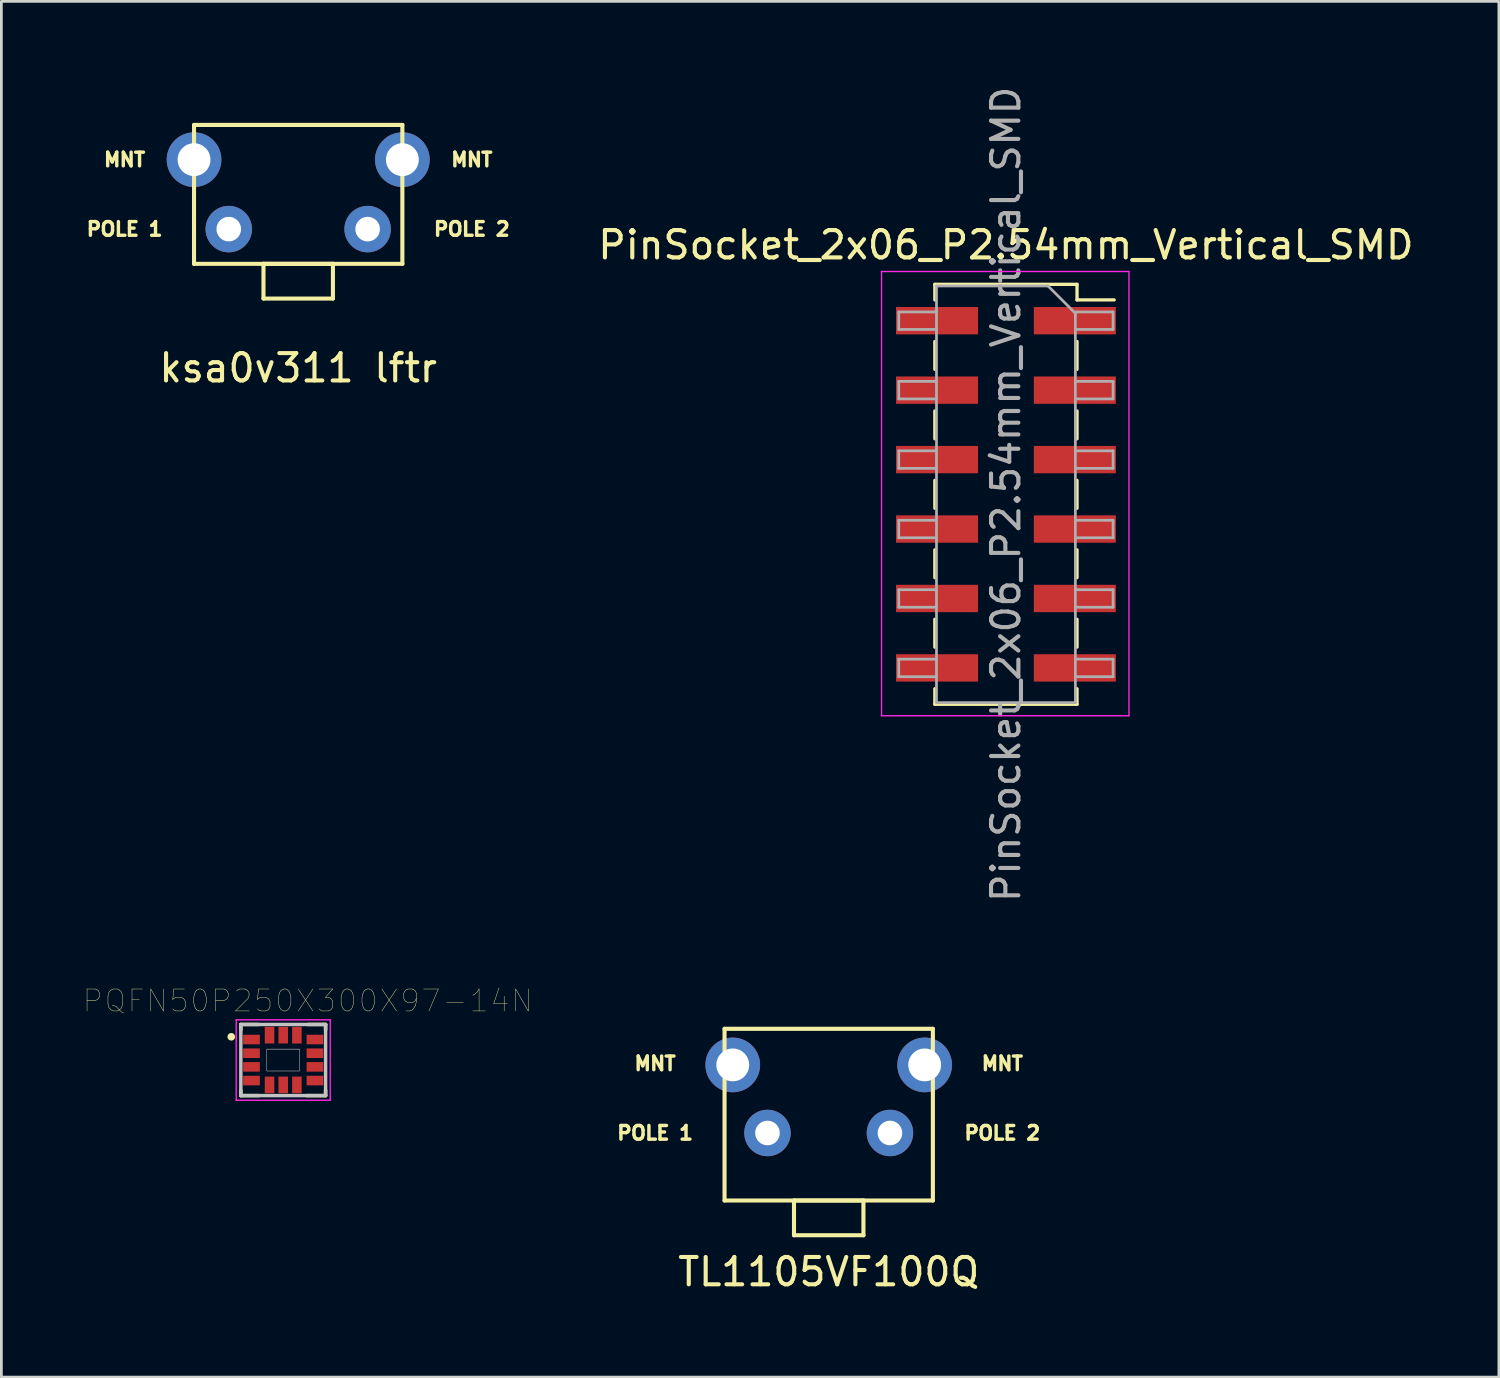
<source format=kicad_pcb>
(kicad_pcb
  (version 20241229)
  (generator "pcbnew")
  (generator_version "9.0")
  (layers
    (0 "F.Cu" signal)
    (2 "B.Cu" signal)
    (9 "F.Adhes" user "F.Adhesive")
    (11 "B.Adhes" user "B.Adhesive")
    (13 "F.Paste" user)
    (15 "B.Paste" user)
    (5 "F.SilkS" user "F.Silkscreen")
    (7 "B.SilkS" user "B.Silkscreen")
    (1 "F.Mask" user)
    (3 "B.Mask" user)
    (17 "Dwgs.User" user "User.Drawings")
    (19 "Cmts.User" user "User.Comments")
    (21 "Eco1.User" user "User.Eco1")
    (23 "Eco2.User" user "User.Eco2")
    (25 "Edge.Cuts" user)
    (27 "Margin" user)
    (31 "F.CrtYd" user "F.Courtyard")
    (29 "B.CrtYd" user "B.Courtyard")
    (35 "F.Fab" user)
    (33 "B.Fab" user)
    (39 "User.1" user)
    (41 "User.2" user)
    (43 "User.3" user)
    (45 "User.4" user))
  (footprint "TL1105VF100Q"
    (layer "F.Cu")
    (at 27.261 33.31)
    (property "Reference" "TL1105VF100Q" (at 0 10.16 180) (layer "F.SilkS") (effects (font (size 1 1) (thickness 0.15))))
    (attr through_hole)
    (fp_line (start -3.81 1.27) (end 3.81 1.27) (stroke (width 0.15) (type solid)) (layer "F.SilkS"))
    (fp_line (start -3.81 7.55) (end -3.81 1.27) (stroke (width 0.15) (type solid)) (layer "F.SilkS"))
    (fp_line (start -1.27 7.55) (end -1.27 8.82) (stroke (width 0.15) (type solid)) (layer "F.SilkS"))
    (fp_line (start -1.27 8.82) (end 1.27 8.82) (stroke (width 0.15) (type solid)) (layer "F.SilkS"))
    (fp_line (start 1.27 7.55) (end -1.27 7.55) (stroke (width 0.15) (type solid)) (layer "F.SilkS"))
    (fp_line (start 1.27 8.82) (end 1.27 7.55) (stroke (width 0.15) (type solid)) (layer "F.SilkS"))
    (fp_line (start 3.81 1.27) (end 3.81 7.55) (stroke (width 0.15) (type solid)) (layer "F.SilkS"))
    (fp_line (start 3.81 7.55) (end -3.81 7.55) (stroke (width 0.15) (type solid)) (layer "F.SilkS"))
    (fp_text user "MNT" (at 6.35 2.54 180) (layer "F.SilkS") (effects (font (size 0.5 0.5) (thickness 0.125))))
    (fp_text user "POLE 2" (at 6.35 5.08 180) (layer "F.SilkS") (effects (font (size 0.5 0.5) (thickness 0.125))))
    (fp_text user "MNT" (at -6.35 2.54 180) (layer "F.SilkS") (effects (font (size 0.5 0.5) (thickness 0.125))))
    (fp_text user "POLE 1" (at -6.35 5.08 180) (layer "F.SilkS") (effects (font (size 0.5 0.5) (thickness 0.125))))
    (pad "1" thru_hole circle (at -2.24 5.08) (size 1.7 1.7) (drill 0.9) (layers "*.Cu" "*.Mask"))
    (pad "2" thru_hole circle (at 2.24 5.08) (size 1.7 1.7) (drill 0.9) (layers "*.Cu" "*.Mask"))
    (pad "3" thru_hole circle (at -3.51 2.59) (size 2 2) (drill 1.2) (layers "*.Cu" "*.Mask"))
    (pad "4" thru_hole circle (at 3.51 2.59) (size 2 2) (drill 1.2) (layers "*.Cu" "*.Mask")))
  (footprint "PQFN50P250X300X97-14N"
    (layer "F.Cu")
    (at 7.309 35.722)
    (property "Reference" "PQFN50P250X300X97-14N" (at 0.893 -2.166 0) (layer "F.SilkS") (effects (font (size 0.803 0.803) (thickness 0.015))))
    (attr through_hole)
    (fp_line (start -1.55 -1.3) (end -0.9 -1.3) (stroke (width 0.127) (type solid)) (layer "F.SilkS"))
    (fp_line (start -1.55 -1.1) (end -1.55 -1.3) (stroke (width 0.127) (type solid)) (layer "F.SilkS"))
    (fp_line (start -1.55 1.1) (end -1.55 1.3) (stroke (width 0.127) (type solid)) (layer "F.SilkS"))
    (fp_line (start -1.55 1.3) (end -0.9 1.3) (stroke (width 0.127) (type solid)) (layer "F.SilkS"))
    (fp_line (start 0.85 1.3) (end 1.55 1.3) (stroke (width 0.127) (type solid)) (layer "F.SilkS"))
    (fp_line (start 0.9 -1.3) (end 1.55 -1.3) (stroke (width 0.127) (type solid)) (layer "F.SilkS"))
    (fp_line (start 1.55 -1.3) (end 1.55 -1.1) (stroke (width 0.127) (type solid)) (layer "F.SilkS"))
    (fp_line (start 1.55 1.3) (end 1.55 1.1) (stroke (width 0.127) (type solid)) (layer "F.SilkS"))
    (fp_circle (center -1.9 -0.85) (end -1.83 -0.85) (stroke (width 0.14) (type solid)) (fill no) (layer "F.SilkS"))
    (fp_line (start -1.55 -1.3) (end 1.55 -1.3) (stroke (width 0.127) (type solid)) (layer "Dwgs.User"))
    (fp_line (start -1.55 1.3) (end -1.55 -1.3) (stroke (width 0.127) (type solid)) (layer "Dwgs.User"))
    (fp_line (start 1.55 -1.3) (end 1.55 1.3) (stroke (width 0.127) (type solid)) (layer "Dwgs.User"))
    (fp_line (start 1.55 1.3) (end -1.55 1.3) (stroke (width 0.127) (type solid)) (layer "Dwgs.User"))
    (fp_poly (pts (xy -0.6 -0.4) (xy 0.6 -0.4) (xy 0.6 0.4) (xy -0.6 0.4)) (stroke (width 0.01) (type solid)) (fill no) (layer "Dwgs.User"))
    (fp_poly (pts (xy -0.6 -0.4) (xy 0.6 -0.4) (xy 0.6 0.4) (xy -0.6 0.4)) (stroke (width 0.01) (type solid)) (fill no) (layer "Dwgs.User"))
    (fp_line (start -1.72 -1.47) (end -1.72 1.47) (stroke (width 0.05) (type solid)) (layer "F.CrtYd"))
    (fp_line (start -1.72 1.47) (end 1.72 1.47) (stroke (width 0.05) (type solid)) (layer "F.CrtYd"))
    (fp_line (start 1.72 -1.47) (end -1.72 -1.47) (stroke (width 0.05) (type solid)) (layer "F.CrtYd"))
    (fp_line (start 1.72 1.47) (end 1.72 -1.47) (stroke (width 0.05) (type solid)) (layer "F.CrtYd"))
    (pad "1" smd rect (at -1.16 -0.75) (size 0.61 0.35) (layers "F.Cu" "F.Mask" "F.Paste"))
    (pad "2" smd rect (at -1.16 -0.25) (size 0.61 0.35) (layers "F.Cu" "F.Mask" "F.Paste"))
    (pad "3" smd rect (at -1.16 0.25) (size 0.61 0.35) (layers "F.Cu" "F.Mask" "F.Paste"))
    (pad "4" smd rect (at -1.16 0.75) (size 0.61 0.35) (layers "F.Cu" "F.Mask" "F.Paste"))
    (pad "5" smd rect (at -0.5 0.91) (size 0.35 0.61) (layers "F.Cu" "F.Mask" "F.Paste"))
    (pad "6" smd rect (at 0 0.91) (size 0.35 0.61) (layers "F.Cu" "F.Mask" "F.Paste"))
    (pad "7" smd rect (at 0.5 0.91) (size 0.35 0.61) (layers "F.Cu" "F.Mask" "F.Paste"))
    (pad "8" smd rect (at 1.16 0.75) (size 0.61 0.35) (layers "F.Cu" "F.Mask" "F.Paste"))
    (pad "9" smd rect (at 1.16 0.25) (size 0.61 0.35) (layers "F.Cu" "F.Mask" "F.Paste"))
    (pad "10" smd rect (at 1.16 -0.25) (size 0.61 0.35) (layers "F.Cu" "F.Mask" "F.Paste"))
    (pad "11" smd rect (at 1.16 -0.75) (size 0.61 0.35) (layers "F.Cu" "F.Mask" "F.Paste"))
    (pad "12" smd rect (at 0.5 -0.91) (size 0.35 0.61) (layers "F.Cu" "F.Mask" "F.Paste"))
    (pad "13" smd rect (at 0 -0.91) (size 0.35 0.61) (layers "F.Cu" "F.Mask" "F.Paste"))
    (pad "14" smd rect (at -0.5 -0.91) (size 0.35 0.61) (layers "F.Cu" "F.Mask" "F.Paste")))
  (footprint "PinSocket_2x06_P2.54mm_Vertical_SMD"
    (layer "F.Cu")
    (at 33.743 15.03)
    (property "Reference" "PinSocket_2x06_P2.54mm_Vertical_SMD" (at 0 -9.12 180) (layer "F.SilkS") (effects (font (size 1 1) (thickness 0.15))))
    (attr smd)
    (fp_line (start -2.6 -7.68) (end -2.6 -7.11) (stroke (width 0.12) (type solid)) (layer "F.SilkS"))
    (fp_line (start -2.6 -7.68) (end 2.6 -7.68) (stroke (width 0.12) (type solid)) (layer "F.SilkS"))
    (fp_line (start -2.6 -5.59) (end -2.6 -4.57) (stroke (width 0.12) (type solid)) (layer "F.SilkS"))
    (fp_line (start -2.6 -3.05) (end -2.6 -2.03) (stroke (width 0.12) (type solid)) (layer "F.SilkS"))
    (fp_line (start -2.6 -0.51) (end -2.6 0.51) (stroke (width 0.12) (type solid)) (layer "F.SilkS"))
    (fp_line (start -2.6 2.03) (end -2.6 3.05) (stroke (width 0.12) (type solid)) (layer "F.SilkS"))
    (fp_line (start -2.6 4.57) (end -2.6 5.59) (stroke (width 0.12) (type solid)) (layer "F.SilkS"))
    (fp_line (start -2.6 7.11) (end -2.6 7.68) (stroke (width 0.12) (type solid)) (layer "F.SilkS"))
    (fp_line (start -2.6 7.68) (end 2.6 7.68) (stroke (width 0.12) (type solid)) (layer "F.SilkS"))
    (fp_line (start 2.6 -7.68) (end 2.6 -7.11) (stroke (width 0.12) (type solid)) (layer "F.SilkS"))
    (fp_line (start 2.6 -7.11) (end 3.96 -7.11) (stroke (width 0.12) (type solid)) (layer "F.SilkS"))
    (fp_line (start 2.6 -5.59) (end 2.6 -4.57) (stroke (width 0.12) (type solid)) (layer "F.SilkS"))
    (fp_line (start 2.6 -3.05) (end 2.6 -2.03) (stroke (width 0.12) (type solid)) (layer "F.SilkS"))
    (fp_line (start 2.6 -0.51) (end 2.6 0.51) (stroke (width 0.12) (type solid)) (layer "F.SilkS"))
    (fp_line (start 2.6 2.03) (end 2.6 3.05) (stroke (width 0.12) (type solid)) (layer "F.SilkS"))
    (fp_line (start 2.6 4.57) (end 2.6 5.59) (stroke (width 0.12) (type solid)) (layer "F.SilkS"))
    (fp_line (start 2.6 7.11) (end 2.6 7.68) (stroke (width 0.12) (type solid)) (layer "F.SilkS"))
    (fp_line (start -4.55 -8.15) (end 4.5 -8.15) (stroke (width 0.05) (type solid)) (layer "F.CrtYd"))
    (fp_line (start -4.55 8.1) (end -4.55 -8.15) (stroke (width 0.05) (type solid)) (layer "F.CrtYd"))
    (fp_line (start 4.5 -8.15) (end 4.5 8.1) (stroke (width 0.05) (type solid)) (layer "F.CrtYd"))
    (fp_line (start 4.5 8.1) (end -4.55 8.1) (stroke (width 0.05) (type solid)) (layer "F.CrtYd"))
    (fp_line (start -3.92 -6.67) (end -2.54 -6.67) (stroke (width 0.1) (type solid)) (layer "F.Fab"))
    (fp_line (start -3.92 -6.03) (end -3.92 -6.67) (stroke (width 0.1) (type solid)) (layer "F.Fab"))
    (fp_line (start -3.92 -4.13) (end -2.54 -4.13) (stroke (width 0.1) (type solid)) (layer "F.Fab"))
    (fp_line (start -3.92 -3.49) (end -3.92 -4.13) (stroke (width 0.1) (type solid)) (layer "F.Fab"))
    (fp_line (start -3.92 -1.59) (end -2.54 -1.59) (stroke (width 0.1) (type solid)) (layer "F.Fab"))
    (fp_line (start -3.92 -0.95) (end -3.92 -1.59) (stroke (width 0.1) (type solid)) (layer "F.Fab"))
    (fp_line (start -3.92 0.95) (end -2.54 0.95) (stroke (width 0.1) (type solid)) (layer "F.Fab"))
    (fp_line (start -3.92 1.59) (end -3.92 0.95) (stroke (width 0.1) (type solid)) (layer "F.Fab"))
    (fp_line (start -3.92 3.49) (end -2.54 3.49) (stroke (width 0.1) (type solid)) (layer "F.Fab"))
    (fp_line (start -3.92 4.13) (end -3.92 3.49) (stroke (width 0.1) (type solid)) (layer "F.Fab"))
    (fp_line (start -3.92 6.03) (end -2.54 6.03) (stroke (width 0.1) (type solid)) (layer "F.Fab"))
    (fp_line (start -3.92 6.67) (end -3.92 6.03) (stroke (width 0.1) (type solid)) (layer "F.Fab"))
    (fp_line (start -2.54 -7.62) (end 1.54 -7.62) (stroke (width 0.1) (type solid)) (layer "F.Fab"))
    (fp_line (start -2.54 -6.03) (end -3.92 -6.03) (stroke (width 0.1) (type solid)) (layer "F.Fab"))
    (fp_line (start -2.54 -3.49) (end -3.92 -3.49) (stroke (width 0.1) (type solid)) (layer "F.Fab"))
    (fp_line (start -2.54 -0.95) (end -3.92 -0.95) (stroke (width 0.1) (type solid)) (layer "F.Fab"))
    (fp_line (start -2.54 1.59) (end -3.92 1.59) (stroke (width 0.1) (type solid)) (layer "F.Fab"))
    (fp_line (start -2.54 4.13) (end -3.92 4.13) (stroke (width 0.1) (type solid)) (layer "F.Fab"))
    (fp_line (start -2.54 6.67) (end -3.92 6.67) (stroke (width 0.1) (type solid)) (layer "F.Fab"))
    (fp_line (start -2.54 7.62) (end -2.54 -7.62) (stroke (width 0.1) (type solid)) (layer "F.Fab"))
    (fp_line (start 1.54 -7.62) (end 2.54 -6.62) (stroke (width 0.1) (type solid)) (layer "F.Fab"))
    (fp_line (start 2.54 -6.67) (end 3.92 -6.67) (stroke (width 0.1) (type solid)) (layer "F.Fab"))
    (fp_line (start 2.54 -6.62) (end 2.54 7.62) (stroke (width 0.1) (type solid)) (layer "F.Fab"))
    (fp_line (start 2.54 -4.13) (end 3.92 -4.13) (stroke (width 0.1) (type solid)) (layer "F.Fab"))
    (fp_line (start 2.54 -1.59) (end 3.92 -1.59) (stroke (width 0.1) (type solid)) (layer "F.Fab"))
    (fp_line (start 2.54 0.95) (end 3.92 0.95) (stroke (width 0.1) (type solid)) (layer "F.Fab"))
    (fp_line (start 2.54 3.49) (end 3.92 3.49) (stroke (width 0.1) (type solid)) (layer "F.Fab"))
    (fp_line (start 2.54 6.03) (end 3.92 6.03) (stroke (width 0.1) (type solid)) (layer "F.Fab"))
    (fp_line (start 2.54 7.62) (end -2.54 7.62) (stroke (width 0.1) (type solid)) (layer "F.Fab"))
    (fp_line (start 3.92 -6.67) (end 3.92 -6.03) (stroke (width 0.1) (type solid)) (layer "F.Fab"))
    (fp_line (start 3.92 -6.03) (end 2.54 -6.03) (stroke (width 0.1) (type solid)) (layer "F.Fab"))
    (fp_line (start 3.92 -4.13) (end 3.92 -3.49) (stroke (width 0.1) (type solid)) (layer "F.Fab"))
    (fp_line (start 3.92 -3.49) (end 2.54 -3.49) (stroke (width 0.1) (type solid)) (layer "F.Fab"))
    (fp_line (start 3.92 -1.59) (end 3.92 -0.95) (stroke (width 0.1) (type solid)) (layer "F.Fab"))
    (fp_line (start 3.92 -0.95) (end 2.54 -0.95) (stroke (width 0.1) (type solid)) (layer "F.Fab"))
    (fp_line (start 3.92 0.95) (end 3.92 1.59) (stroke (width 0.1) (type solid)) (layer "F.Fab"))
    (fp_line (start 3.92 1.59) (end 2.54 1.59) (stroke (width 0.1) (type solid)) (layer "F.Fab"))
    (fp_line (start 3.92 3.49) (end 3.92 4.13) (stroke (width 0.1) (type solid)) (layer "F.Fab"))
    (fp_line (start 3.92 4.13) (end 2.54 4.13) (stroke (width 0.1) (type solid)) (layer "F.Fab"))
    (fp_line (start 3.92 6.03) (end 3.92 6.67) (stroke (width 0.1) (type solid)) (layer "F.Fab"))
    (fp_line (start 3.92 6.67) (end 2.54 6.67) (stroke (width 0.1) (type solid)) (layer "F.Fab"))
    (fp_text user "${REFERENCE}" (at 0 0 90) (layer "F.Fab") (effects (font (size 1 1) (thickness 0.15))))
    (pad "1" smd rect (at 2.52 -6.35) (size 3 1) (layers "F.Cu" "F.Mask" "F.Paste"))
    (pad "2" smd rect (at -2.52 -6.35) (size 3 1) (layers "F.Cu" "F.Mask" "F.Paste"))
    (pad "3" smd rect (at 2.52 -3.81) (size 3 1) (layers "F.Cu" "F.Mask" "F.Paste"))
    (pad "4" smd rect (at -2.52 -3.81) (size 3 1) (layers "F.Cu" "F.Mask" "F.Paste"))
    (pad "5" smd rect (at 2.52 -1.27) (size 3 1) (layers "F.Cu" "F.Mask" "F.Paste"))
    (pad "6" smd rect (at -2.52 -1.27) (size 3 1) (layers "F.Cu" "F.Mask" "F.Paste"))
    (pad "7" smd rect (at 2.52 1.27) (size 3 1) (layers "F.Cu" "F.Mask" "F.Paste"))
    (pad "8" smd rect (at -2.52 1.27) (size 3 1) (layers "F.Cu" "F.Mask" "F.Paste"))
    (pad "9" smd rect (at 2.52 3.81) (size 3 1) (layers "F.Cu" "F.Mask" "F.Paste"))
    (pad "10" smd rect (at -2.52 3.81) (size 3 1) (layers "F.Cu" "F.Mask" "F.Paste"))
    (pad "11" smd rect (at 2.52 6.35) (size 3 1) (layers "F.Cu" "F.Mask" "F.Paste"))
    (pad "12" smd rect (at -2.52 6.35) (size 3 1) (layers "F.Cu" "F.Mask" "F.Paste")))
  (footprint "ksa0v311 lftr"
    (layer "F.Cu")
    (at 7.857 0.25)
    (property "Reference" "ksa0v311 lftr" (at 0 10.16 180) (layer "F.SilkS") (effects (font (size 1 1) (thickness 0.15))))
    (attr through_hole)
    (fp_line (start -3.81 1.27) (end 3.81 1.27) (stroke (width 0.15) (type solid)) (layer "F.SilkS"))
    (fp_line (start -3.81 6.35) (end -3.81 1.27) (stroke (width 0.15) (type solid)) (layer "F.SilkS"))
    (fp_line (start -1.27 6.35) (end -1.27 7.62) (stroke (width 0.15) (type solid)) (layer "F.SilkS"))
    (fp_line (start -1.27 7.62) (end 1.27 7.62) (stroke (width 0.15) (type solid)) (layer "F.SilkS"))
    (fp_line (start 1.27 6.35) (end -1.27 6.35) (stroke (width 0.15) (type solid)) (layer "F.SilkS"))
    (fp_line (start 1.27 7.62) (end 1.27 6.35) (stroke (width 0.15) (type solid)) (layer "F.SilkS"))
    (fp_line (start 3.81 1.27) (end 3.81 6.35) (stroke (width 0.15) (type solid)) (layer "F.SilkS"))
    (fp_line (start 3.81 6.35) (end -3.81 6.35) (stroke (width 0.15) (type solid)) (layer "F.SilkS"))
    (fp_text user "POLE 1" (at -6.35 5.08 180) (layer "F.SilkS") (effects (font (size 0.5 0.5) (thickness 0.125))))
    (fp_text user "MNT" (at 6.35 2.54 180) (layer "F.SilkS") (effects (font (size 0.5 0.5) (thickness 0.125))))
    (fp_text user "MNT" (at -6.35 2.54 180) (layer "F.SilkS") (effects (font (size 0.5 0.5) (thickness 0.125))))
    (fp_text user "POLE 2" (at 6.35 5.08 180) (layer "F.SilkS") (effects (font (size 0.5 0.5) (thickness 0.125))))
    (pad "1" thru_hole circle (at -2.54 5.08) (size 1.7 1.7) (drill 0.9) (layers "*.Cu" "*.Mask"))
    (pad "2" thru_hole circle (at 2.54 5.08) (size 1.7 1.7) (drill 0.9) (layers "*.Cu" "*.Mask"))
    (pad "3" thru_hole circle (at -3.81 2.54) (size 2 2) (drill 1.2) (layers "*.Cu" "*.Mask"))
    (pad "4" thru_hole circle (at 3.81 2.54) (size 2 2) (drill 1.2) (layers "*.Cu" "*.Mask")))
  (gr_rect
    (start -3 -3)
    (end 51.773 47.318)
    (stroke (width 0.1) (type default))
    (fill no)
    (layer "Edge.Cuts")))
</source>
